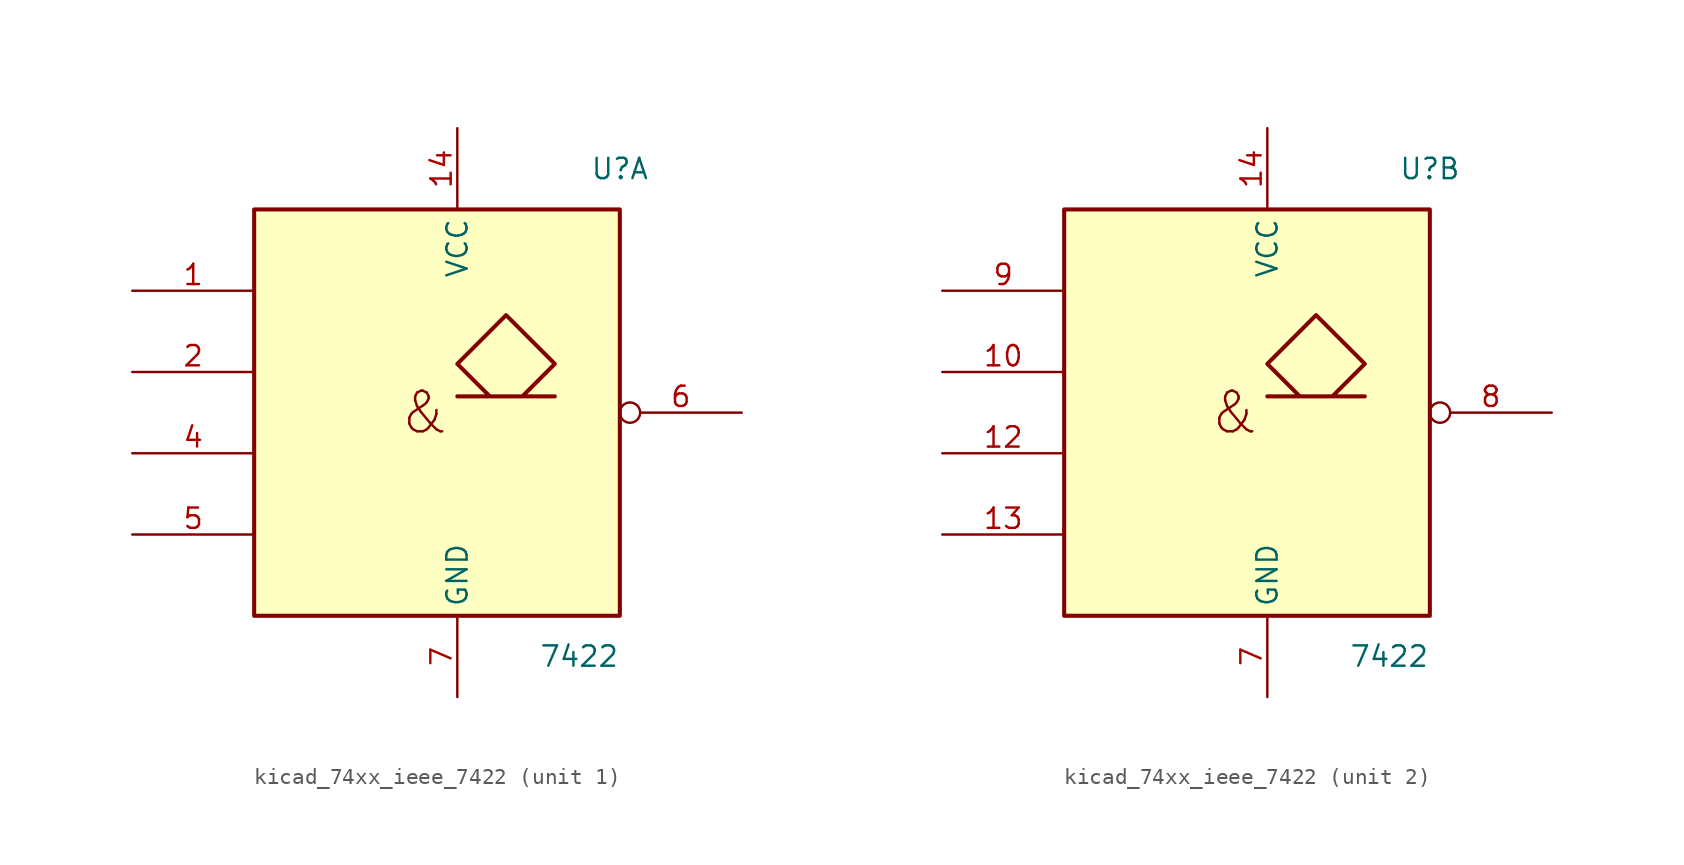
<source format=kicad_sym>
(kicad_symbol_lib
  (version 20220914)
  (generator kicad_symbol_editor)
  (symbol "kicad_74xx_ieee_7422"
    (property "Reference" "U"
      (at 10.16 15.24 0)
      (effects (font (size 1.27 1.27))))
    (property "Value" "7422"
      (at 7.62 -15.24 0)
      (effects (font (size 1.27 1.27))))
    (symbol "kicad_74xx_ieee_7422_0_0"
      (text "&" (at -2.032 0 0) (effects (font (size 2.54 2.54)))))
    (symbol "kicad_74xx_ieee_7422_0_1"
      (rectangle (start -12.7 12.7) (end 10.16 -12.7) (stroke (width 0.254) (type default)) (fill (type background)))
      (polyline (pts (xy 4.064 1.016) (xy 6.096 3.048) (xy 3.048 6.096) (xy 0 3.048) (xy 2.032 1.016) (xy 0 1.016) (xy 6.096 1.016) (xy 6.096 1.016)) (stroke (width 0.254) (type default)) (fill (type background)))
      (pin power_in line (at 0 17.78 270) (length 5.08) (name "VCC" (effects (font (size 1.27 1.27)))) (number "14" (effects (font (size 1.27 1.27)))))
      (pin power_in line (at 0 -17.78 90) (length 5.08) (name "GND" (effects (font (size 1.27 1.27)))) (number "7" (effects (font (size 1.27 1.27))))))
    (symbol "kicad_74xx_ieee_7422_1_1"
      (pin input line (at -20.32 7.62 0) (length 7.62) (name "~" (effects (font (size 1.27 1.27)))) (number "1" (effects (font (size 1.27 1.27)))))
      (pin input line (at -20.32 2.54 0) (length 7.62) (name "~" (effects (font (size 1.27 1.27)))) (number "2" (effects (font (size 1.27 1.27)))))
      (pin input line (at -20.32 -2.54 0) (length 7.62) (name "~" (effects (font (size 1.27 1.27)))) (number "4" (effects (font (size 1.27 1.27)))))
      (pin input line (at -20.32 -7.62 0) (length 7.62) (name "~" (effects (font (size 1.27 1.27)))) (number "5" (effects (font (size 1.27 1.27)))))
      (pin open_collector inverted (at 17.78 0 180) (length 7.62) (name "~" (effects (font (size 1.27 1.27)))) (number "6" (effects (font (size 1.27 1.27))))))
    (symbol "kicad_74xx_ieee_7422_2_1"
      (pin input line (at -20.32 2.54 0) (length 7.62) (name "~" (effects (font (size 1.27 1.27)))) (number "10" (effects (font (size 1.27 1.27)))))
      (pin input line (at -20.32 -2.54 0) (length 7.62) (name "~" (effects (font (size 1.27 1.27)))) (number "12" (effects (font (size 1.27 1.27)))))
      (pin input line (at -20.32 -7.62 0) (length 7.62) (name "~" (effects (font (size 1.27 1.27)))) (number "13" (effects (font (size 1.27 1.27)))))
      (pin open_collector inverted (at 17.78 0 180) (length 7.62) (name "~" (effects (font (size 1.27 1.27)))) (number "8" (effects (font (size 1.27 1.27)))))
      (pin input line (at -20.32 7.62 0) (length 7.62) (name "~" (effects (font (size 1.27 1.27)))) (number "9" (effects (font (size 1.27 1.27))))))))
</source>
